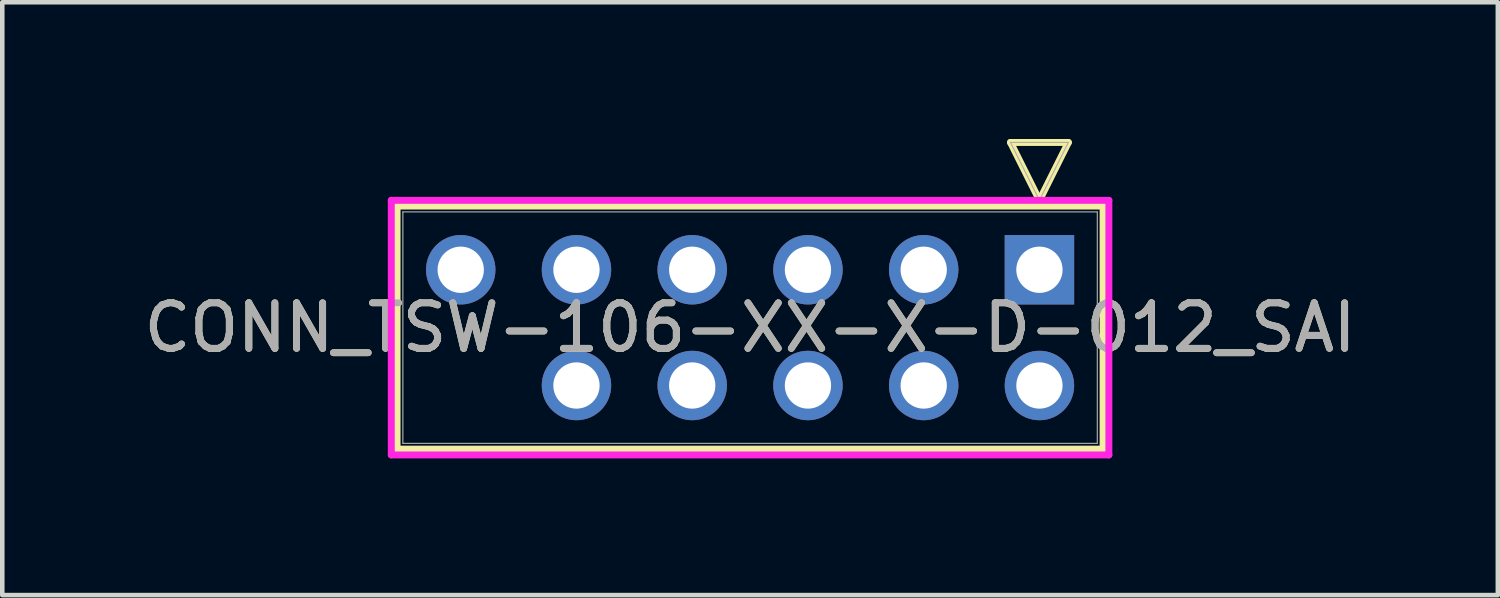
<source format=kicad_pcb>
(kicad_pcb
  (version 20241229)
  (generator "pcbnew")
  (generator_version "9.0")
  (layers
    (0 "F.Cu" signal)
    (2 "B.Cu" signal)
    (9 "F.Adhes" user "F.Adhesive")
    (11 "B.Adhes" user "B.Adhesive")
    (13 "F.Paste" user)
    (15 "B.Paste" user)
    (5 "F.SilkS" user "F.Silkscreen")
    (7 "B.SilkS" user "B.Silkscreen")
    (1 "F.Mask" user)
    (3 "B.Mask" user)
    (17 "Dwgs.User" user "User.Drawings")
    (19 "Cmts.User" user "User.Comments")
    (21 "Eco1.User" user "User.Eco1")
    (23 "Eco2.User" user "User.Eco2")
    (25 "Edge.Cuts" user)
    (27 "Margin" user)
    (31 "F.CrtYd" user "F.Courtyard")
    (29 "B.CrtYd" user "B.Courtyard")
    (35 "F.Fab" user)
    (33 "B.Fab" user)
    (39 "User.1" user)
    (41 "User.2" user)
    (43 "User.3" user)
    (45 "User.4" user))
  (footprint "CONN_TSW-106-XX-X-D-012_SAI"
    (layer "F.Cu")
    (at 19.761 2.87)
    (property "Reference" "CONN_TSW-106-XX-X-D-012_SAI" (at -6.35 1.27 0) (unlocked yes) (layer "F.SilkS") (effects (font (size 1 1) (thickness 0.15))))
    (attr through_hole)
    (fp_line (start -14.097 -1.397) (end -14.097 3.937) (stroke (width 0.152) (type solid)) (layer "F.SilkS"))
    (fp_line (start -14.097 3.937) (end 1.397 3.937) (stroke (width 0.152) (type solid)) (layer "F.SilkS"))
    (fp_line (start -0.635 -2.794) (end 0.635 -2.794) (stroke (width 0.152) (type solid)) (layer "F.SilkS"))
    (fp_line (start 0 -1.524) (end -0.635 -2.794) (stroke (width 0.152) (type solid)) (layer "F.SilkS"))
    (fp_line (start 0.635 -2.794) (end 0 -1.524) (stroke (width 0.152) (type solid)) (layer "F.SilkS"))
    (fp_line (start 1.397 -1.397) (end -14.097 -1.397) (stroke (width 0.152) (type solid)) (layer "F.SilkS"))
    (fp_line (start 1.397 3.937) (end 1.397 -1.397) (stroke (width 0.152) (type solid)) (layer "F.SilkS"))
    (fp_line (start -14.224 -1.524) (end -14.224 4.064) (stroke (width 0.152) (type solid)) (layer "F.CrtYd"))
    (fp_line (start -14.224 4.064) (end 1.524 4.064) (stroke (width 0.152) (type solid)) (layer "F.CrtYd"))
    (fp_line (start 1.524 -1.524) (end -14.224 -1.524) (stroke (width 0.152) (type solid)) (layer "F.CrtYd"))
    (fp_line (start 1.524 4.064) (end 1.524 -1.524) (stroke (width 0.152) (type solid)) (layer "F.CrtYd"))
    (fp_line (start -13.97 -1.27) (end -13.97 3.81) (stroke (width 0.025) (type solid)) (layer "F.Fab"))
    (fp_line (start -13.97 3.81) (end 1.27 3.81) (stroke (width 0.025) (type solid)) (layer "F.Fab"))
    (fp_line (start -0.635 -2.794) (end 0.635 -2.794) (stroke (width 0.025) (type solid)) (layer "F.Fab"))
    (fp_line (start 0 -1.524) (end -0.635 -2.794) (stroke (width 0.025) (type solid)) (layer "F.Fab"))
    (fp_line (start 0.635 -2.794) (end 0 -1.524) (stroke (width 0.025) (type solid)) (layer "F.Fab"))
    (fp_line (start 1.27 -1.27) (end -13.97 -1.27) (stroke (width 0.025) (type solid)) (layer "F.Fab"))
    (fp_line (start 1.27 3.81) (end 1.27 -1.27) (stroke (width 0.025) (type solid)) (layer "F.Fab"))
    (fp_text user "${REFERENCE}" (at -6.35 1.27 0) (unlocked yes) (layer "F.Fab") (effects (font (size 1 1) (thickness 0.15))))
    (pad "1" thru_hole rect (at 0 0) (size 1.524 1.524) (drill 1.016) (layers "*.Cu" "*.Mask"))
    (pad "2" thru_hole circle (at 0 2.54) (size 1.524 1.524) (drill 1.016) (layers "*.Cu" "*.Mask"))
    (pad "3" thru_hole circle (at -2.54 0) (size 1.524 1.524) (drill 1.016) (layers "*.Cu" "*.Mask"))
    (pad "4" thru_hole circle (at -2.54 2.54) (size 1.524 1.524) (drill 1.016) (layers "*.Cu" "*.Mask"))
    (pad "5" thru_hole circle (at -5.08 0) (size 1.524 1.524) (drill 1.016) (layers "*.Cu" "*.Mask"))
    (pad "6" thru_hole circle (at -5.08 2.54) (size 1.524 1.524) (drill 1.016) (layers "*.Cu" "*.Mask"))
    (pad "7" thru_hole circle (at -7.62 0) (size 1.524 1.524) (drill 1.016) (layers "*.Cu" "*.Mask"))
    (pad "8" thru_hole circle (at -7.62 2.54) (size 1.524 1.524) (drill 1.016) (layers "*.Cu" "*.Mask"))
    (pad "9" thru_hole circle (at -10.16 0) (size 1.524 1.524) (drill 1.016) (layers "*.Cu" "*.Mask"))
    (pad "10" thru_hole circle (at -10.16 2.54) (size 1.524 1.524) (drill 1.016) (layers "*.Cu" "*.Mask"))
    (pad "11" thru_hole circle (at -12.7 0) (size 1.524 1.524) (drill 1.016) (layers "*.Cu" "*.Mask")))
  (gr_rect
    (start -3 -3)
    (end 29.821 10.01)
    (stroke (width 0.1) (type default))
    (fill no)
    (layer "Edge.Cuts")))
</source>
